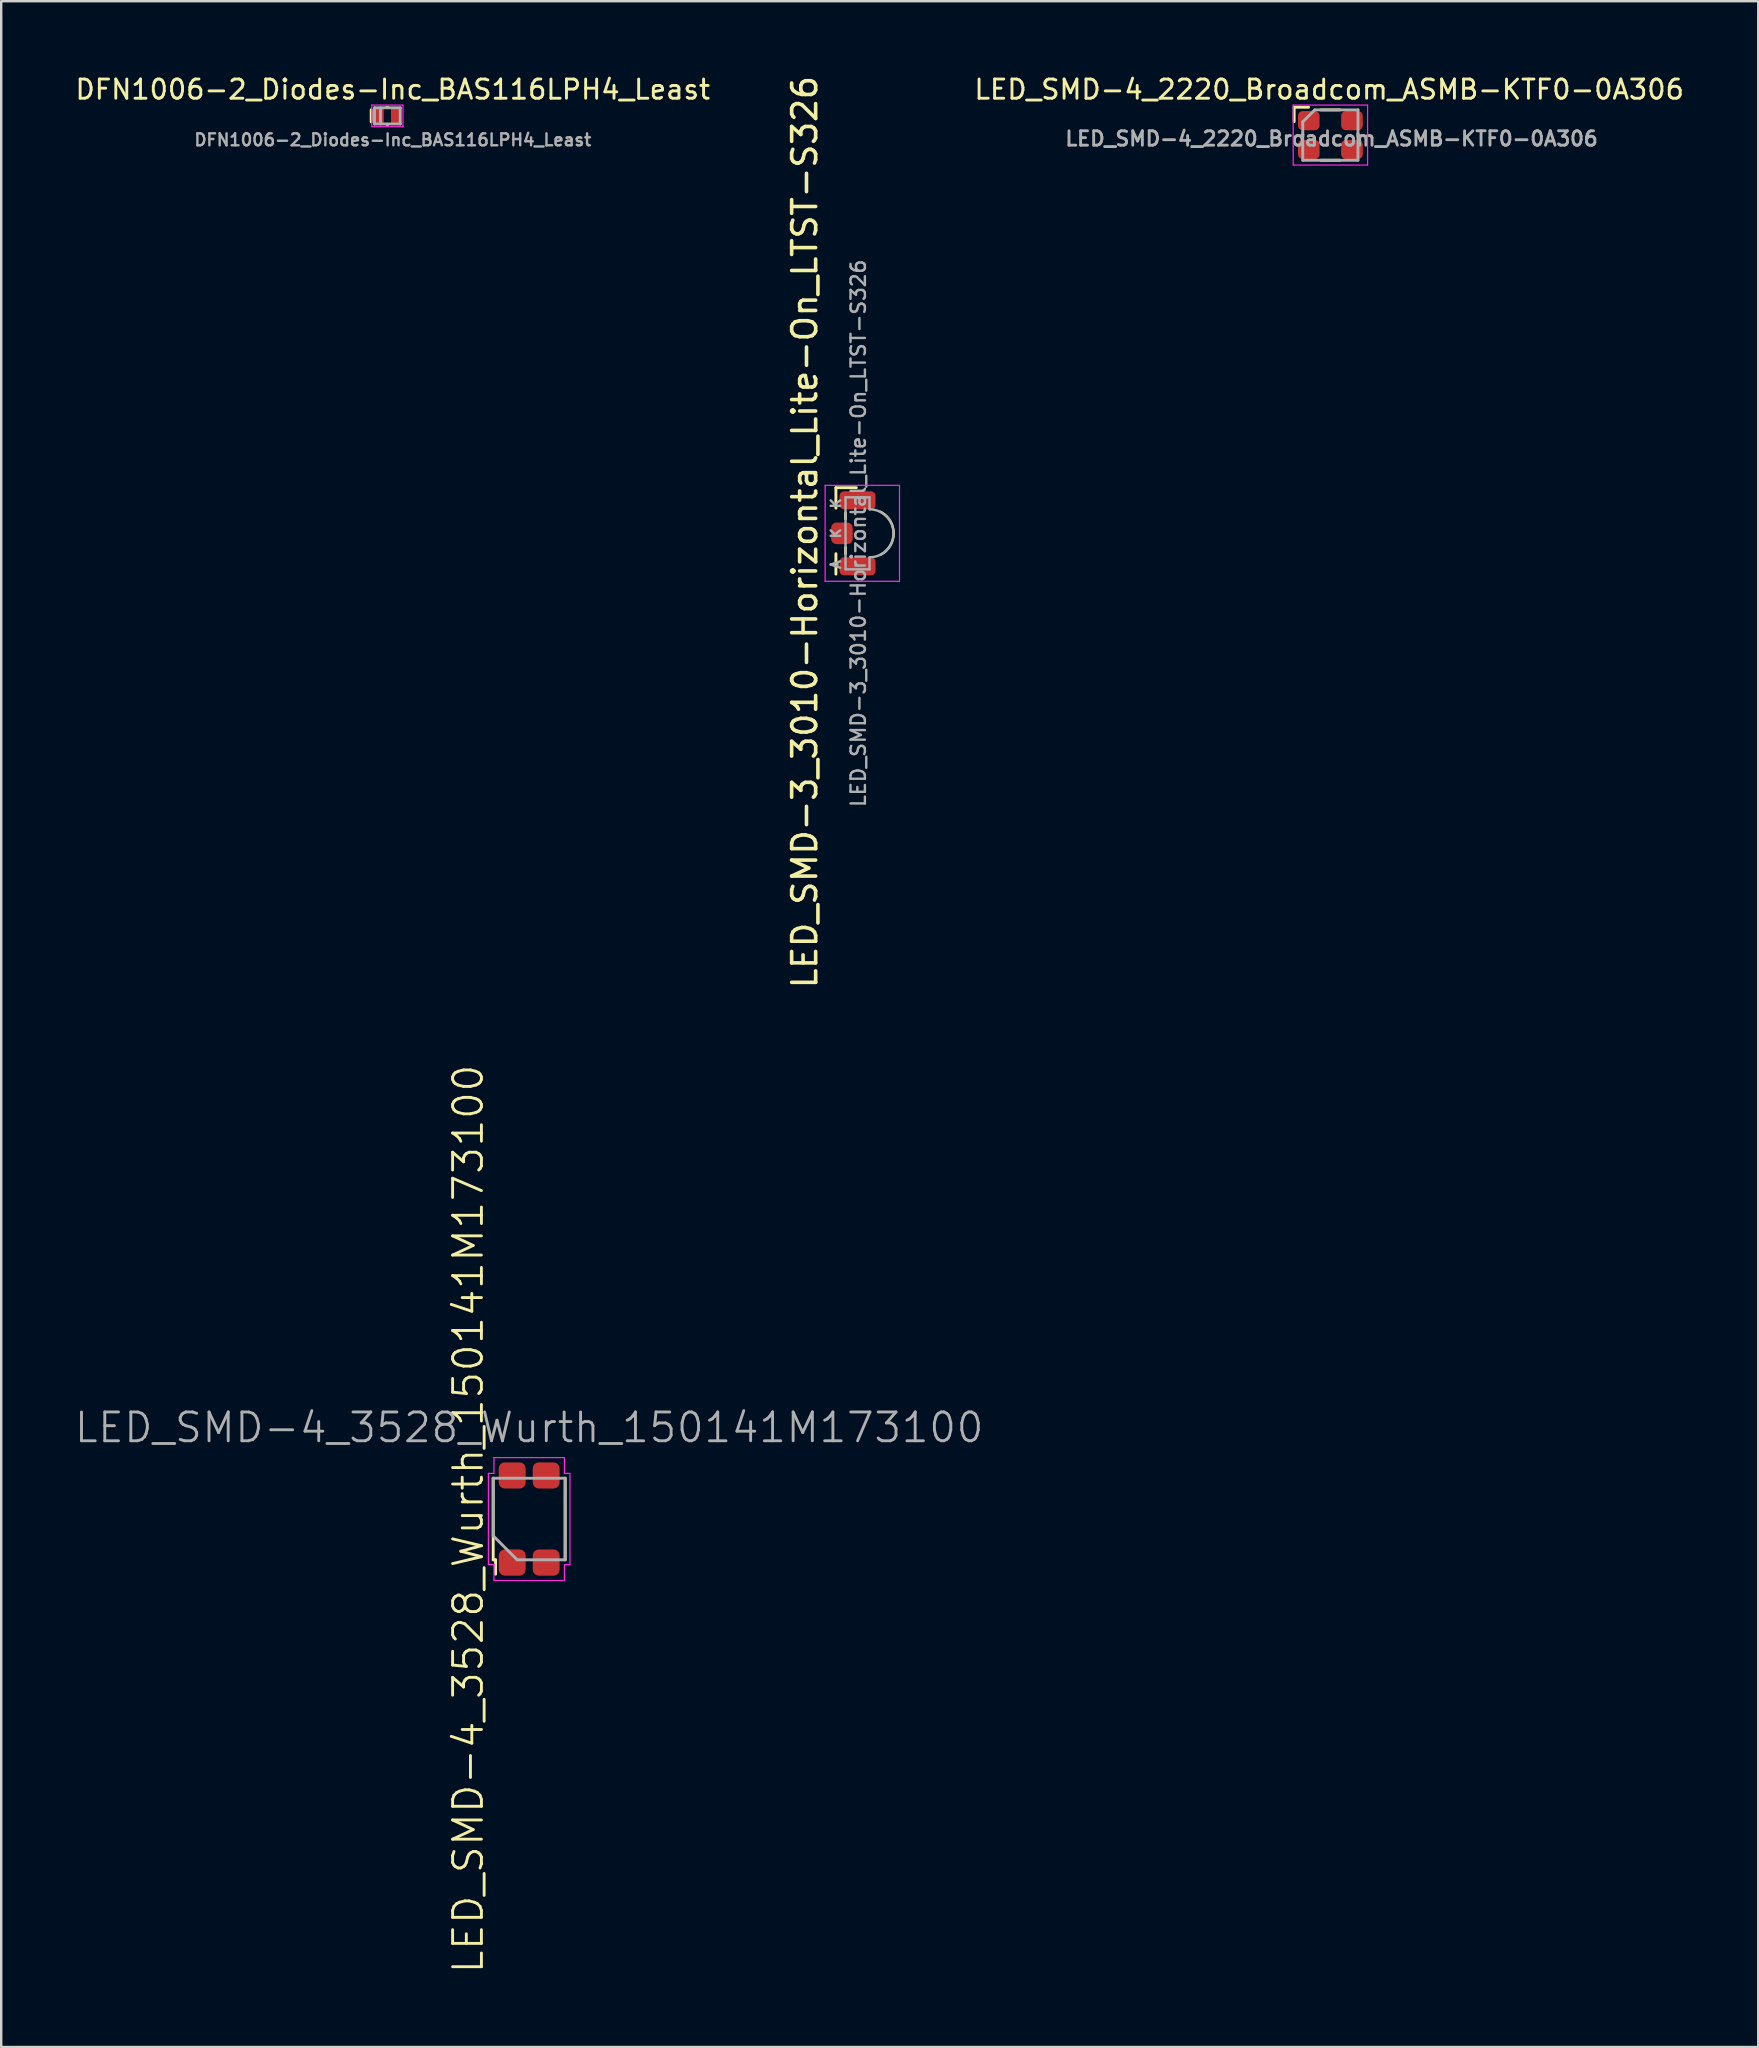
<source format=kicad_pcb>
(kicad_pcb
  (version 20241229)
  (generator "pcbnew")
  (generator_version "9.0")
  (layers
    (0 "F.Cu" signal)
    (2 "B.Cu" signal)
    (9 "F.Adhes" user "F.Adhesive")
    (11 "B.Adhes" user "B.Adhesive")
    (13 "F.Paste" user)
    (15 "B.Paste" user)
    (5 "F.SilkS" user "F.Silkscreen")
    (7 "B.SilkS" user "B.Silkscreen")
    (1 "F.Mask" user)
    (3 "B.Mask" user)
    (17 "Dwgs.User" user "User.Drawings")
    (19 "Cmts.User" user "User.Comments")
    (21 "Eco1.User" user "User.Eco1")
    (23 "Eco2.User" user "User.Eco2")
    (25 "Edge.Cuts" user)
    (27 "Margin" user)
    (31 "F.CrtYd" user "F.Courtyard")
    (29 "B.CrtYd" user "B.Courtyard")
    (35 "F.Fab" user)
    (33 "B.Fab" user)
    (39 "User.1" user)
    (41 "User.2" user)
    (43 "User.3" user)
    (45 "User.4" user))
  (footprint "LED_SMD-3_3010-Horizontal_Lite-On_LTST-S326"
    (layer "F.Cu")
    (at 32.686 19.175)
    (property "Reference" "LED_SMD-3_3010-Horizontal_Lite-On_LTST-S326" (at -2.2 -0.05 90) (unlocked yes) (layer "F.SilkS") (effects (font (size 1 1) (thickness 0.15))))
    (attr smd)
    (fp_line (start -0.9 -1.05) (end -0.9 -1.9) (stroke (width 0.12) (type solid)) (layer "F.SilkS"))
    (fp_line (start -0.9 1.7) (end -0.9 0.85) (stroke (width 0.12) (type solid)) (layer "F.SilkS"))
    (fp_line (start -0.5 -0.85) (end -0.5 -0.6) (stroke (width 0.12) (type solid)) (layer "F.SilkS"))
    (fp_line (start -0.5 0.6) (end -0.5 0.85) (stroke (width 0.12) (type solid)) (layer "F.SilkS"))
    (fp_line (start -0.05 -1.9) (end -0.9 -1.9) (stroke (width 0.12) (type solid)) (layer "F.SilkS"))
    (fp_arc (start 0.95 -0.9) (mid 1.506231 0) (end 0.95 0.9) (stroke (width 0.1) (type solid)) (layer "F.SilkS"))
    (fp_line (start -1.35 -2) (end 1.75 -2) (stroke (width 0.05) (type solid)) (layer "F.CrtYd"))
    (fp_line (start -1.35 2) (end -1.35 -2) (stroke (width 0.05) (type solid)) (layer "F.CrtYd"))
    (fp_line (start 1.75 -2) (end 1.75 2) (stroke (width 0.05) (type solid)) (layer "F.CrtYd"))
    (fp_line (start 1.75 2) (end -1.35 2) (stroke (width 0.05) (type solid)) (layer "F.CrtYd"))
    (fp_line (start -0.5 -1.5) (end -0.5 1.5) (stroke (width 0.1) (type solid)) (layer "F.Fab"))
    (fp_line (start -0.5 -1.5) (end 0.5 -1.5) (stroke (width 0.1) (type solid)) (layer "F.Fab"))
    (fp_line (start 0.5 -1.5) (end 0.5 -1) (stroke (width 0.1) (type solid)) (layer "F.Fab"))
    (fp_line (start 0.5 1.5) (end -0.5 1.5) (stroke (width 0.1) (type solid)) (layer "F.Fab"))
    (fp_line (start 0.5 1.5) (end 0.5 1) (stroke (width 0.1) (type solid)) (layer "F.Fab"))
    (fp_arc (start 0.5 -1) (mid 1.5 0) (end 0.5 1) (stroke (width 0.1) (type solid)) (layer "F.Fab"))
    (fp_text user "A" (at -0.9 1.3 90) (layer "F.Fab") (effects (font (size 0.4 0.4) (thickness 0.1))))
    (fp_text user "K" (at -0.9 -1.25 90) (layer "F.Fab") (effects (font (size 0.4 0.4) (thickness 0.1))))
    (fp_text user "K" (at -0.9 0 90) (layer "F.Fab") (effects (font (size 0.4 0.4) (thickness 0.1))))
    (fp_text user "${REFERENCE}" (at 0.035 0 90) (layer "F.Fab") (effects (font (size 0.6 0.6) (thickness 0.1))))
    (pad "A" smd roundrect (at 0 1.375 180) (size 1.5 0.75) (layers "F.Cu" "F.Mask" "F.Paste") (roundrect_rratio 0.25))
    (pad "K1" smd roundrect (at 0 -1.375 180) (size 1.5 0.75) (layers "F.Cu" "F.Mask" "F.Paste") (roundrect_rratio 0.25))
    (pad "K2" smd roundrect (at -0.65 0 180) (size 0.9 0.9) (layers "F.Cu" "F.Mask" "F.Paste") (roundrect_rratio 0.25)))
  (footprint "LED_SMD-4_3528_Wurth_150141M173100"
    (layer "F.Cu")
    (at 19.003 60.253)
    (property "Reference" "LED_SMD-4_3528_Wurth_150141M173100" (at -2.54 0 90) (unlocked yes) (layer "F.SilkS") (effects (font (size 1.2 1.2) (thickness 0.12))))
    (attr smd)
    (fp_line (start -1.5 1.7) (end -1.5 -1.7) (stroke (width 0.12) (type solid)) (layer "F.SilkS"))
    (fp_line (start -1.4 1.7) (end -1.5 1.7) (stroke (width 0.12) (type solid)) (layer "F.SilkS"))
    (fp_line (start -1.4 1.7) (end -1.4 2.3) (stroke (width 0.12) (type solid)) (layer "F.SilkS"))
    (fp_line (start 1.5 1.7) (end 1.5 -1.7) (stroke (width 0.12) (type solid)) (layer "F.SilkS"))
    (fp_line (start -1.7 -1.9) (end -1.7 1.9) (stroke (width 0.05) (type solid)) (layer "F.CrtYd"))
    (fp_line (start -1.7 1.9) (end -1.468 1.9) (stroke (width 0.05) (type solid)) (layer "F.CrtYd"))
    (fp_line (start -1.468 -2.56) (end -1.468 -1.9) (stroke (width 0.05) (type solid)) (layer "F.CrtYd"))
    (fp_line (start -1.468 -1.9) (end -1.7 -1.9) (stroke (width 0.05) (type solid)) (layer "F.CrtYd"))
    (fp_line (start -1.468 1.9) (end -1.468 2.56) (stroke (width 0.05) (type solid)) (layer "F.CrtYd"))
    (fp_line (start -1.468 2.56) (end 1.468 2.56) (stroke (width 0.05) (type solid)) (layer "F.CrtYd"))
    (fp_line (start 1.468 -2.56) (end -1.468 -2.56) (stroke (width 0.05) (type solid)) (layer "F.CrtYd"))
    (fp_line (start 1.468 -1.9) (end 1.468 -2.56) (stroke (width 0.05) (type solid)) (layer "F.CrtYd"))
    (fp_line (start 1.468 1.9) (end 1.7 1.9) (stroke (width 0.05) (type solid)) (layer "F.CrtYd"))
    (fp_line (start 1.468 2.56) (end 1.468 1.9) (stroke (width 0.05) (type solid)) (layer "F.CrtYd"))
    (fp_line (start 1.7 -1.9) (end 1.468 -1.9) (stroke (width 0.05) (type solid)) (layer "F.CrtYd"))
    (fp_line (start 1.7 1.9) (end 1.7 -1.9) (stroke (width 0.05) (type solid)) (layer "F.CrtYd"))
    (fp_line (start -1.5 -1.7) (end 1.5 -1.7) (stroke (width 0.12) (type solid)) (layer "F.Fab"))
    (fp_line (start -1.5 0.7) (end -1.5 -1.7) (stroke (width 0.12) (type solid)) (layer "F.Fab"))
    (fp_line (start -0.5 1.7) (end -1.5 0.7) (stroke (width 0.12) (type solid)) (layer "F.Fab"))
    (fp_line (start 1.5 -1.7) (end 1.5 1.7) (stroke (width 0.12) (type solid)) (layer "F.Fab"))
    (fp_line (start 1.5 1.7) (end -0.5 1.7) (stroke (width 0.12) (type solid)) (layer "F.Fab"))
    (fp_text user "${REFERENCE}" (at 0 -3.81 180) (layer "F.Fab") (effects (font (size 1.2 1.2) (thickness 0.12))))
    (pad "1" smd roundrect (at -0.708 -1.815 90) (size 1.09 1.12) (layers "F.Cu" "F.Mask" "F.Paste") (roundrect_rratio 0.229))
    (pad "2" smd roundrect (at 0.708 -1.815 90) (size 1.09 1.12) (layers "F.Cu" "F.Mask" "F.Paste") (roundrect_rratio 0.229))
    (pad "3" smd roundrect (at -0.708 1.815 90) (size 1.09 1.12) (layers "F.Cu" "F.Mask" "F.Paste") (roundrect_rratio 0.229))
    (pad "4" smd roundrect (at 0.708 1.815 90) (size 1.09 1.12) (layers "F.Cu" "F.Mask" "F.Paste") (roundrect_rratio 0.229)))
  (footprint "LED_SMD-4_2220_Broadcom_ASMB-KTF0-0A306"
    (layer "F.Cu")
    (at 52.392 2.579)
    (property "Reference" "LED_SMD-4_2220_Broadcom_ASMB-KTF0-0A306" (at -0.05 -1.9 0) (unlocked yes) (layer "F.SilkS") (effects (font (size 0.8 0.8) (thickness 0.12))))
    (attr smd)
    (fp_line (start -1.51 -1.16) (end -1.51 -0.56) (stroke (width 0.12) (type solid)) (layer "F.SilkS"))
    (fp_line (start -1.15 -0.05) (end -1.15 0.05) (stroke (width 0.12) (type solid)) (layer "F.SilkS"))
    (fp_line (start -0.91 -1.16) (end -1.51 -1.16) (stroke (width 0.12) (type solid)) (layer "F.SilkS"))
    (fp_line (start -0.4 -1.05) (end 0.4 -1.05) (stroke (width 0.12) (type solid)) (layer "F.SilkS"))
    (fp_line (start -0.4 1.05) (end 0.4 1.05) (stroke (width 0.12) (type solid)) (layer "F.SilkS"))
    (fp_line (start 1.15 -0.05) (end 1.15 0.05) (stroke (width 0.12) (type solid)) (layer "F.SilkS"))
    (fp_line (start -1.55 -1.25) (end 1.55 -1.25) (stroke (width 0.05) (type solid)) (layer "F.CrtYd"))
    (fp_line (start -1.55 1.25) (end -1.55 -1.25) (stroke (width 0.05) (type solid)) (layer "F.CrtYd"))
    (fp_line (start -1.55 1.25) (end 1.55 1.25) (stroke (width 0.05) (type solid)) (layer "F.CrtYd"))
    (fp_line (start 1.55 -1.25) (end 1.55 1.25) (stroke (width 0.05) (type solid)) (layer "F.CrtYd"))
    (fp_line (start -1.15 -0.55) (end -1.15 1.05) (stroke (width 0.12) (type solid)) (layer "F.Fab"))
    (fp_line (start -1.15 -0.55) (end -0.65 -1.05) (stroke (width 0.12) (type solid)) (layer "F.Fab"))
    (fp_line (start -1.15 1.05) (end 1.15 1.05) (stroke (width 0.12) (type solid)) (layer "F.Fab"))
    (fp_line (start 1.15 -1.05) (end -0.65 -1.05) (stroke (width 0.12) (type solid)) (layer "F.Fab"))
    (fp_line (start 1.15 1.05) (end 1.15 -1.05) (stroke (width 0.12) (type solid)) (layer "F.Fab"))
    (fp_text user "${REFERENCE}" (at 0.05 0.15 0) (unlocked yes) (layer "F.Fab") (effects (font (size 0.6 0.6) (thickness 0.12))))
    (pad "1" smd roundrect (at -0.9 -0.6) (size 0.9 0.8) (layers "F.Cu" "F.Mask" "F.Paste") (roundrect_rratio 0.25))
    (pad "2" smd roundrect (at -0.9 0.6) (size 0.9 0.8) (layers "F.Cu" "F.Mask" "F.Paste") (roundrect_rratio 0.25))
    (pad "3" smd roundrect (at 0.9 0.6) (size 0.9 0.8) (layers "F.Cu" "F.Mask" "F.Paste") (roundrect_rratio 0.25))
    (pad "4" smd roundrect (at 0.9 -0.6) (size 0.9 0.8) (layers "F.Cu" "F.Mask" "F.Paste") (roundrect_rratio 0.25)))
  (footprint "DFN1006-2_Diodes-Inc_BAS116LPH4_Least"
    (layer "F.Cu")
    (at 13.094 1.779)
    (property "Reference" "DFN1006-2_Diodes-Inc_BAS116LPH4_Least" (at 0.225 -1.1 0) (unlocked yes) (layer "F.SilkS") (effects (font (size 0.8 0.8) (thickness 0.12))))
    (attr smd)
    (fp_line (start -0.675 -0.25) (end -0.675 0.25) (stroke (width 0.12) (type solid)) (layer "F.SilkS"))
    (fp_line (start 0.025 -0.35) (end -0.025 -0.35) (stroke (width 0.12) (type solid)) (layer "F.SilkS"))
    (fp_line (start 0.025 0.35) (end -0.025 0.35) (stroke (width 0.12) (type solid)) (layer "F.SilkS"))
    (fp_line (start -0.65 -0.45) (end -0.65 0.45) (stroke (width 0.05) (type solid)) (layer "F.CrtYd"))
    (fp_line (start -0.65 0.45) (end 0.65 0.45) (stroke (width 0.05) (type solid)) (layer "F.CrtYd"))
    (fp_line (start 0.65 -0.45) (end -0.65 -0.45) (stroke (width 0.05) (type solid)) (layer "F.CrtYd"))
    (fp_line (start 0.65 0.45) (end 0.65 -0.45) (stroke (width 0.05) (type solid)) (layer "F.CrtYd"))
    (fp_line (start -0.537 -0.338) (end -0.537 0.338) (stroke (width 0.12) (type solid)) (layer "F.Fab"))
    (fp_line (start -0.537 0.338) (end 0.537 0.338) (stroke (width 0.12) (type solid)) (layer "F.Fab"))
    (fp_line (start -0.287 -0.338) (end -0.287 0.338) (stroke (width 0.12) (type solid)) (layer "F.Fab"))
    (fp_line (start 0.537 -0.338) (end -0.537 -0.338) (stroke (width 0.12) (type solid)) (layer "F.Fab"))
    (fp_line (start 0.537 0.338) (end 0.537 -0.338) (stroke (width 0.12) (type solid)) (layer "F.Fab"))
    (fp_text user "${REFERENCE}" (at 0.225 1 0) (layer "F.Fab") (effects (font (size 0.5 0.5) (thickness 0.1))))
    (pad "1" smd roundrect (at -0.35 0) (size 0.4 0.7) (layers "F.Cu" "F.Mask" "F.Paste") (roundrect_rratio 0.25))
    (pad "2" smd roundrect (at 0.35 0) (size 0.4 0.7) (layers "F.Cu" "F.Mask" "F.Paste") (roundrect_rratio 0.25)))
  (gr_rect
    (start -3 -3)
    (end 70.223 82.256)
    (stroke (width 0.1) (type default))
    (fill no)
    (layer "Edge.Cuts")))
</source>
